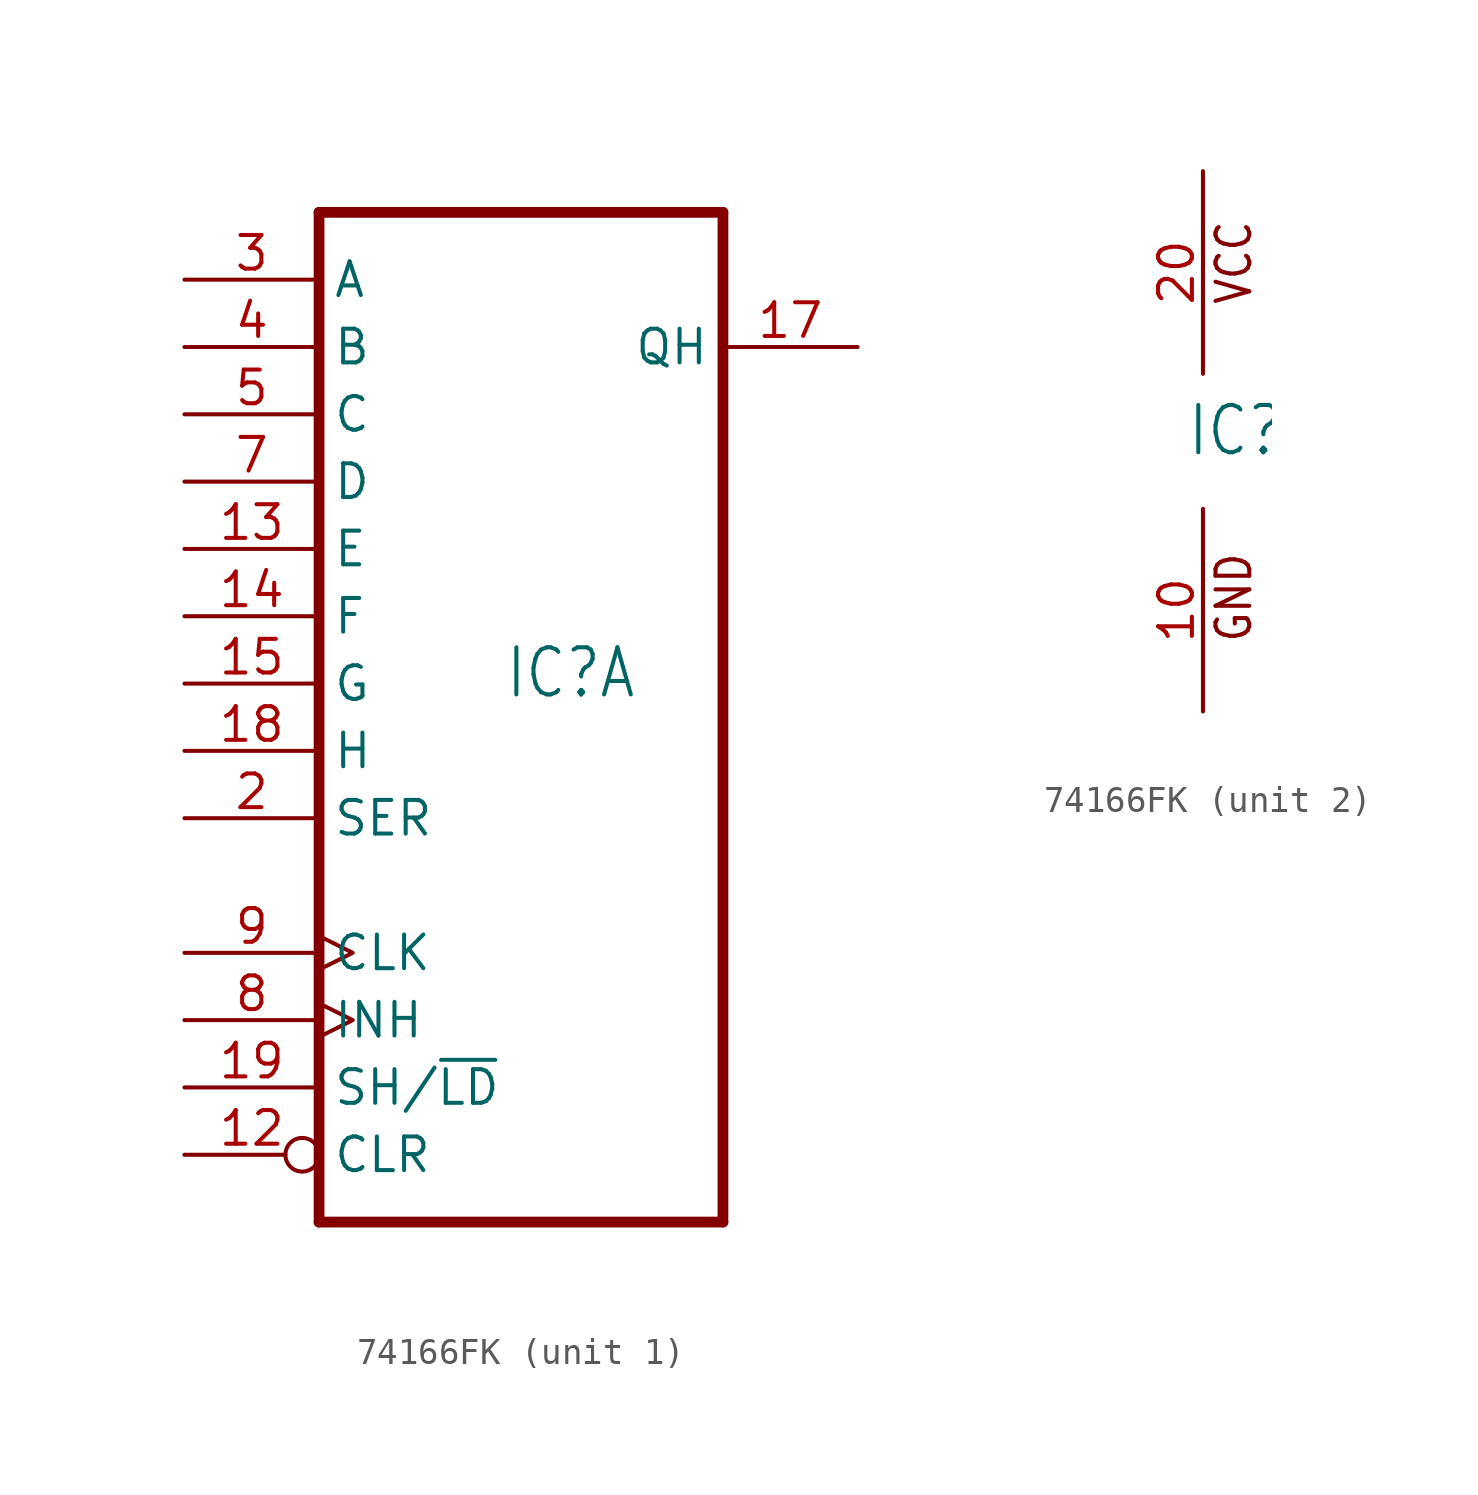
<source format=kicad_sym>
(kicad_symbol_lib
  (version 20231120)
  (generator "kicad_symbol_editor")
  (generator_version "8.0")
  (symbol "74166FK"
    (property "Reference" "IC"
      (at -0.635 -0.635 0)
      (effects (font (size 1.778 1.511)) (justify left bottom)))
    (property "ki_locked" ""
      (at 0 0 0)
      (effects (font (size 1.27 1.27))))
    (symbol "74166FK_1_0"
      (polyline (pts (xy -7.62 -20.32) (xy 7.62 -20.32)) (stroke (width 0.406) (type solid)) (fill (type none)))
      (polyline (pts (xy -7.62 17.78) (xy -7.62 -20.32)) (stroke (width 0.406) (type solid)) (fill (type none)))
      (polyline (pts (xy 7.62 -20.32) (xy 7.62 17.78)) (stroke (width 0.406) (type solid)) (fill (type none)))
      (polyline (pts (xy 7.62 17.78) (xy -7.62 17.78)) (stroke (width 0.406) (type solid)) (fill (type none)))
      (pin input inverted (at -12.7 -17.78 0) (length 5.08) (name "CLR" (effects (font (size 1.27 1.27)))) (number "12" (effects (font (size 1.27 1.27)))))
      (pin input line (at -12.7 5.08 0) (length 5.08) (name "E" (effects (font (size 1.27 1.27)))) (number "13" (effects (font (size 1.27 1.27)))))
      (pin input line (at -12.7 2.54 0) (length 5.08) (name "F" (effects (font (size 1.27 1.27)))) (number "14" (effects (font (size 1.27 1.27)))))
      (pin input line (at -12.7 0 0) (length 5.08) (name "G" (effects (font (size 1.27 1.27)))) (number "15" (effects (font (size 1.27 1.27)))))
      (pin output line (at 12.7 12.7 180) (length 5.08) (name "QH" (effects (font (size 1.27 1.27)))) (number "17" (effects (font (size 1.27 1.27)))))
      (pin input line (at -12.7 -2.54 0) (length 5.08) (name "H" (effects (font (size 1.27 1.27)))) (number "18" (effects (font (size 1.27 1.27)))))
      (pin input line (at -12.7 -15.24 0) (length 5.08) (name "SH/~{LD}" (effects (font (size 1.27 1.27)))) (number "19" (effects (font (size 1.27 1.27)))))
      (pin input line (at -12.7 -5.08 0) (length 5.08) (name "SER" (effects (font (size 1.27 1.27)))) (number "2" (effects (font (size 1.27 1.27)))))
      (pin input line (at -12.7 15.24 0) (length 5.08) (name "A" (effects (font (size 1.27 1.27)))) (number "3" (effects (font (size 1.27 1.27)))))
      (pin input line (at -12.7 12.7 0) (length 5.08) (name "B" (effects (font (size 1.27 1.27)))) (number "4" (effects (font (size 1.27 1.27)))))
      (pin input line (at -12.7 10.16 0) (length 5.08) (name "C" (effects (font (size 1.27 1.27)))) (number "5" (effects (font (size 1.27 1.27)))))
      (pin input line (at -12.7 7.62 0) (length 5.08) (name "D" (effects (font (size 1.27 1.27)))) (number "7" (effects (font (size 1.27 1.27)))))
      (pin input clock (at -12.7 -12.7 0) (length 5.08) (name "INH" (effects (font (size 1.27 1.27)))) (number "8" (effects (font (size 1.27 1.27)))))
      (pin input clock (at -12.7 -10.16 0) (length 5.08) (name "CLK" (effects (font (size 1.27 1.27)))) (number "9" (effects (font (size 1.27 1.27))))))
    (symbol "74166FK_2_0"
      (text "GND" (at 1.905 -7.62 900) (effects (font (size 1.27 1.079)) (justify left bottom)))
      (text "VCC" (at 1.905 5.08 900) (effects (font (size 1.27 1.079)) (justify left bottom)))
      (pin power_in line (at 0 -10.16 90) (length 7.62) (name "GND" (effects (font (size 0 0)))) (number "10" (effects (font (size 1.27 1.27)))))
      (pin power_in line (at 0 10.16 270) (length 7.62) (name "VCC" (effects (font (size 0 0)))) (number "20" (effects (font (size 1.27 1.27))))))))
</source>
